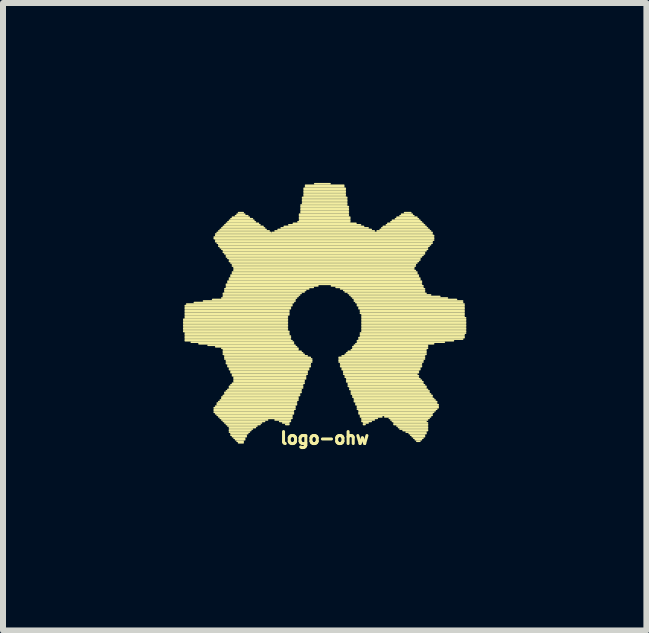
<source format=kicad_pcb>
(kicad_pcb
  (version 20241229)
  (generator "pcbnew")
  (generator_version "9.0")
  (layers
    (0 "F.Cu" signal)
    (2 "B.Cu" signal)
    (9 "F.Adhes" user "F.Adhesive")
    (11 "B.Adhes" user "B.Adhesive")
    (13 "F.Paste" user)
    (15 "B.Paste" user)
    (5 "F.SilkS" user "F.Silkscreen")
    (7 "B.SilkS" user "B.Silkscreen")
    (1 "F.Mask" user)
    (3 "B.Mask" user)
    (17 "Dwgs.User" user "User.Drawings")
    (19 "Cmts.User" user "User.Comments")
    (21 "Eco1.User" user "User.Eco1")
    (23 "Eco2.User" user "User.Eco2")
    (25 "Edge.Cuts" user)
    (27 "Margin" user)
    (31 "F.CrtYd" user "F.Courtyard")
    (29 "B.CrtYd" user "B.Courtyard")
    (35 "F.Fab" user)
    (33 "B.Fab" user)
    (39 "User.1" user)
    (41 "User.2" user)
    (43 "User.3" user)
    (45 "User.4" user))
  (footprint "logo-ohw"
    (layer "F.Cu")
    (at 2.363 2.325)
    (property "Reference" "logo-ohw" (at 0 1.93 0) (layer "F.SilkS") (effects (font (size 0.2 0.2) (thickness 0.05))))
    (attr through_hole)
    (fp_line (start -2.349 -0.051) (end -0.622 -0.051) (stroke (width 0.028) (type solid)) (layer "F.SilkS"))
    (fp_line (start -2.349 -0.025) (end -0.622 -0.025) (stroke (width 0.028) (type solid)) (layer "F.SilkS"))
    (fp_line (start -2.349 0) (end -0.622 0) (stroke (width 0.028) (type solid)) (layer "F.SilkS"))
    (fp_line (start -2.349 0.025) (end -0.622 0.025) (stroke (width 0.028) (type solid)) (layer "F.SilkS"))
    (fp_line (start -2.349 0.051) (end -0.622 0.051) (stroke (width 0.028) (type solid)) (layer "F.SilkS"))
    (fp_line (start -2.349 0.076) (end -0.622 0.076) (stroke (width 0.028) (type solid)) (layer "F.SilkS"))
    (fp_line (start -2.349 0.102) (end -0.622 0.102) (stroke (width 0.028) (type solid)) (layer "F.SilkS"))
    (fp_line (start -2.349 0.127) (end -0.622 0.127) (stroke (width 0.028) (type solid)) (layer "F.SilkS"))
    (fp_line (start -2.349 0.152) (end -0.597 0.152) (stroke (width 0.028) (type solid)) (layer "F.SilkS"))
    (fp_line (start -2.324 -0.279) (end -0.546 -0.279) (stroke (width 0.028) (type solid)) (layer "F.SilkS"))
    (fp_line (start -2.324 -0.254) (end -0.572 -0.254) (stroke (width 0.028) (type solid)) (layer "F.SilkS"))
    (fp_line (start -2.324 -0.229) (end -0.572 -0.229) (stroke (width 0.028) (type solid)) (layer "F.SilkS"))
    (fp_line (start -2.324 -0.203) (end -0.597 -0.203) (stroke (width 0.028) (type solid)) (layer "F.SilkS"))
    (fp_line (start -2.324 -0.178) (end -0.597 -0.178) (stroke (width 0.028) (type solid)) (layer "F.SilkS"))
    (fp_line (start -2.324 -0.152) (end -0.597 -0.152) (stroke (width 0.028) (type solid)) (layer "F.SilkS"))
    (fp_line (start -2.324 -0.127) (end -0.597 -0.127) (stroke (width 0.028) (type solid)) (layer "F.SilkS"))
    (fp_line (start -2.324 -0.102) (end -0.622 -0.102) (stroke (width 0.028) (type solid)) (layer "F.SilkS"))
    (fp_line (start -2.324 -0.076) (end -0.622 -0.076) (stroke (width 0.028) (type solid)) (layer "F.SilkS"))
    (fp_line (start -2.324 0.178) (end -0.597 0.178) (stroke (width 0.028) (type solid)) (layer "F.SilkS"))
    (fp_line (start -2.324 0.203) (end -0.597 0.203) (stroke (width 0.028) (type solid)) (layer "F.SilkS"))
    (fp_line (start -2.324 0.229) (end -0.572 0.229) (stroke (width 0.028) (type solid)) (layer "F.SilkS"))
    (fp_line (start -2.324 0.254) (end -0.572 0.254) (stroke (width 0.028) (type solid)) (layer "F.SilkS"))
    (fp_line (start -2.324 0.279) (end -0.572 0.279) (stroke (width 0.028) (type solid)) (layer "F.SilkS"))
    (fp_line (start -2.324 0.305) (end -0.546 0.305) (stroke (width 0.028) (type solid)) (layer "F.SilkS"))
    (fp_line (start -2.299 -0.305) (end -0.546 -0.305) (stroke (width 0.028) (type solid)) (layer "F.SilkS"))
    (fp_line (start -2.223 0.33) (end -0.521 0.33) (stroke (width 0.028) (type solid)) (layer "F.SilkS"))
    (fp_line (start -2.172 -0.33) (end -0.521 -0.33) (stroke (width 0.028) (type solid)) (layer "F.SilkS"))
    (fp_line (start -2.095 0.356) (end -0.521 0.356) (stroke (width 0.028) (type solid)) (layer "F.SilkS"))
    (fp_line (start -2.019 -0.356) (end -0.495 -0.356) (stroke (width 0.028) (type solid)) (layer "F.SilkS"))
    (fp_line (start -1.943 0.381) (end -0.495 0.381) (stroke (width 0.028) (type solid)) (layer "F.SilkS"))
    (fp_line (start -1.867 -0.381) (end -0.495 -0.381) (stroke (width 0.028) (type solid)) (layer "F.SilkS"))
    (fp_line (start -1.841 -1.422) (end 1.816 -1.422) (stroke (width 0.028) (type solid)) (layer "F.SilkS"))
    (fp_line (start -1.841 -1.397) (end 1.816 -1.397) (stroke (width 0.028) (type solid)) (layer "F.SilkS"))
    (fp_line (start -1.841 1.422) (end -0.495 1.422) (stroke (width 0.028) (type solid)) (layer "F.SilkS"))
    (fp_line (start -1.841 1.448) (end -0.495 1.448) (stroke (width 0.028) (type solid)) (layer "F.SilkS"))
    (fp_line (start -1.841 1.473) (end -0.521 1.473) (stroke (width 0.028) (type solid)) (layer "F.SilkS"))
    (fp_line (start -1.841 1.499) (end -0.521 1.499) (stroke (width 0.028) (type solid)) (layer "F.SilkS"))
    (fp_line (start -1.816 -1.473) (end 1.791 -1.473) (stroke (width 0.028) (type solid)) (layer "F.SilkS"))
    (fp_line (start -1.816 -1.448) (end 1.816 -1.448) (stroke (width 0.028) (type solid)) (layer "F.SilkS"))
    (fp_line (start -1.816 -1.372) (end 1.816 -1.372) (stroke (width 0.028) (type solid)) (layer "F.SilkS"))
    (fp_line (start -1.816 -1.346) (end 1.791 -1.346) (stroke (width 0.028) (type solid)) (layer "F.SilkS"))
    (fp_line (start -1.816 0.406) (end -0.47 0.406) (stroke (width 0.028) (type solid)) (layer "F.SilkS"))
    (fp_line (start -1.816 1.397) (end -0.495 1.397) (stroke (width 0.028) (type solid)) (layer "F.SilkS"))
    (fp_line (start -1.816 1.524) (end -0.521 1.524) (stroke (width 0.028) (type solid)) (layer "F.SilkS"))
    (fp_line (start -1.791 -1.499) (end -0.902 -1.499) (stroke (width 0.028) (type solid)) (layer "F.SilkS"))
    (fp_line (start -1.791 -1.321) (end 1.791 -1.321) (stroke (width 0.028) (type solid)) (layer "F.SilkS"))
    (fp_line (start -1.791 1.346) (end -0.47 1.346) (stroke (width 0.028) (type solid)) (layer "F.SilkS"))
    (fp_line (start -1.791 1.372) (end -0.47 1.372) (stroke (width 0.028) (type solid)) (layer "F.SilkS"))
    (fp_line (start -1.791 1.549) (end -0.546 1.549) (stroke (width 0.028) (type solid)) (layer "F.SilkS"))
    (fp_line (start -1.765 -1.524) (end -0.927 -1.524) (stroke (width 0.028) (type solid)) (layer "F.SilkS"))
    (fp_line (start -1.765 -1.295) (end 1.765 -1.295) (stroke (width 0.028) (type solid)) (layer "F.SilkS"))
    (fp_line (start -1.765 -1.27) (end 1.74 -1.27) (stroke (width 0.028) (type solid)) (layer "F.SilkS"))
    (fp_line (start -1.765 1.321) (end -0.47 1.321) (stroke (width 0.028) (type solid)) (layer "F.SilkS"))
    (fp_line (start -1.765 1.575) (end -0.546 1.575) (stroke (width 0.028) (type solid)) (layer "F.SilkS"))
    (fp_line (start -1.74 -1.549) (end -0.978 -1.549) (stroke (width 0.028) (type solid)) (layer "F.SilkS"))
    (fp_line (start -1.74 -1.245) (end 1.714 -1.245) (stroke (width 0.028) (type solid)) (layer "F.SilkS"))
    (fp_line (start -1.74 1.295) (end -0.445 1.295) (stroke (width 0.028) (type solid)) (layer "F.SilkS"))
    (fp_line (start -1.74 1.6) (end -0.546 1.6) (stroke (width 0.028) (type solid)) (layer "F.SilkS"))
    (fp_line (start -1.714 -1.575) (end -1.003 -1.575) (stroke (width 0.028) (type solid)) (layer "F.SilkS"))
    (fp_line (start -1.714 -1.219) (end 1.714 -1.219) (stroke (width 0.028) (type solid)) (layer "F.SilkS"))
    (fp_line (start -1.714 -0.406) (end -0.47 -0.406) (stroke (width 0.028) (type solid)) (layer "F.SilkS"))
    (fp_line (start -1.714 0.432) (end -0.445 0.432) (stroke (width 0.028) (type solid)) (layer "F.SilkS"))
    (fp_line (start -1.714 1.245) (end -0.445 1.245) (stroke (width 0.028) (type solid)) (layer "F.SilkS"))
    (fp_line (start -1.714 1.27) (end -0.445 1.27) (stroke (width 0.028) (type solid)) (layer "F.SilkS"))
    (fp_line (start -1.714 1.626) (end -0.953 1.626) (stroke (width 0.028) (type solid)) (layer "F.SilkS"))
    (fp_line (start -1.689 -1.6) (end -1.029 -1.6) (stroke (width 0.028) (type solid)) (layer "F.SilkS"))
    (fp_line (start -1.689 -1.194) (end 1.689 -1.194) (stroke (width 0.028) (type solid)) (layer "F.SilkS"))
    (fp_line (start -1.689 -1.168) (end 1.664 -1.168) (stroke (width 0.028) (type solid)) (layer "F.SilkS"))
    (fp_line (start -1.689 -0.483) (end -0.394 -0.483) (stroke (width 0.028) (type solid)) (layer "F.SilkS"))
    (fp_line (start -1.689 -0.457) (end -0.419 -0.457) (stroke (width 0.028) (type solid)) (layer "F.SilkS"))
    (fp_line (start -1.689 -0.432) (end -0.445 -0.432) (stroke (width 0.028) (type solid)) (layer "F.SilkS"))
    (fp_line (start -1.689 0.457) (end -0.445 0.457) (stroke (width 0.028) (type solid)) (layer "F.SilkS"))
    (fp_line (start -1.689 0.483) (end -0.394 0.483) (stroke (width 0.028) (type solid)) (layer "F.SilkS"))
    (fp_line (start -1.689 0.508) (end -0.368 0.508) (stroke (width 0.028) (type solid)) (layer "F.SilkS"))
    (fp_line (start -1.689 0.533) (end -0.343 0.533) (stroke (width 0.028) (type solid)) (layer "F.SilkS"))
    (fp_line (start -1.689 1.219) (end -0.419 1.219) (stroke (width 0.028) (type solid)) (layer "F.SilkS"))
    (fp_line (start -1.689 1.651) (end -1.003 1.651) (stroke (width 0.028) (type solid)) (layer "F.SilkS"))
    (fp_line (start -1.664 -1.626) (end -1.079 -1.626) (stroke (width 0.028) (type solid)) (layer "F.SilkS"))
    (fp_line (start -1.664 -1.143) (end 1.664 -1.143) (stroke (width 0.028) (type solid)) (layer "F.SilkS"))
    (fp_line (start -1.664 -0.559) (end -0.267 -0.559) (stroke (width 0.028) (type solid)) (layer "F.SilkS"))
    (fp_line (start -1.664 -0.533) (end -0.318 -0.533) (stroke (width 0.028) (type solid)) (layer "F.SilkS"))
    (fp_line (start -1.664 -0.508) (end -0.343 -0.508) (stroke (width 0.028) (type solid)) (layer "F.SilkS"))
    (fp_line (start -1.664 0.559) (end -0.292 0.559) (stroke (width 0.028) (type solid)) (layer "F.SilkS"))
    (fp_line (start -1.664 0.584) (end -0.241 0.584) (stroke (width 0.028) (type solid)) (layer "F.SilkS"))
    (fp_line (start -1.664 0.61) (end -0.216 0.61) (stroke (width 0.028) (type solid)) (layer "F.SilkS"))
    (fp_line (start -1.664 1.168) (end -0.394 1.168) (stroke (width 0.028) (type solid)) (layer "F.SilkS"))
    (fp_line (start -1.664 1.194) (end -0.419 1.194) (stroke (width 0.028) (type solid)) (layer "F.SilkS"))
    (fp_line (start -1.664 1.676) (end -1.054 1.676) (stroke (width 0.028) (type solid)) (layer "F.SilkS"))
    (fp_line (start -1.638 -1.651) (end -1.105 -1.651) (stroke (width 0.028) (type solid)) (layer "F.SilkS"))
    (fp_line (start -1.638 -1.118) (end 1.638 -1.118) (stroke (width 0.028) (type solid)) (layer "F.SilkS"))
    (fp_line (start -1.638 -1.092) (end 1.613 -1.092) (stroke (width 0.028) (type solid)) (layer "F.SilkS"))
    (fp_line (start -1.638 -0.635) (end 1.613 -0.635) (stroke (width 0.028) (type solid)) (layer "F.SilkS"))
    (fp_line (start -1.638 -0.61) (end -0.114 -0.61) (stroke (width 0.028) (type solid)) (layer "F.SilkS"))
    (fp_line (start -1.638 -0.584) (end -0.191 -0.584) (stroke (width 0.028) (type solid)) (layer "F.SilkS"))
    (fp_line (start -1.638 0.635) (end -0.216 0.635) (stroke (width 0.028) (type solid)) (layer "F.SilkS"))
    (fp_line (start -1.638 0.66) (end -0.216 0.66) (stroke (width 0.028) (type solid)) (layer "F.SilkS"))
    (fp_line (start -1.638 0.686) (end -0.241 0.686) (stroke (width 0.028) (type solid)) (layer "F.SilkS"))
    (fp_line (start -1.638 1.143) (end -0.394 1.143) (stroke (width 0.028) (type solid)) (layer "F.SilkS"))
    (fp_line (start -1.638 1.702) (end -1.079 1.702) (stroke (width 0.028) (type solid)) (layer "F.SilkS"))
    (fp_line (start -1.613 -1.676) (end -1.156 -1.676) (stroke (width 0.028) (type solid)) (layer "F.SilkS"))
    (fp_line (start -1.613 -1.067) (end 1.587 -1.067) (stroke (width 0.028) (type solid)) (layer "F.SilkS"))
    (fp_line (start -1.613 -0.686) (end 1.613 -0.686) (stroke (width 0.028) (type solid)) (layer "F.SilkS"))
    (fp_line (start -1.613 -0.66) (end 1.613 -0.66) (stroke (width 0.028) (type solid)) (layer "F.SilkS"))
    (fp_line (start -1.613 0.711) (end -0.241 0.711) (stroke (width 0.028) (type solid)) (layer "F.SilkS"))
    (fp_line (start -1.613 0.737) (end -0.241 0.737) (stroke (width 0.028) (type solid)) (layer "F.SilkS"))
    (fp_line (start -1.613 1.118) (end -0.394 1.118) (stroke (width 0.028) (type solid)) (layer "F.SilkS"))
    (fp_line (start -1.613 1.727) (end -1.13 1.727) (stroke (width 0.028) (type solid)) (layer "F.SilkS"))
    (fp_line (start -1.587 -1.702) (end -1.181 -1.702) (stroke (width 0.028) (type solid)) (layer "F.SilkS"))
    (fp_line (start -1.587 -1.041) (end 1.587 -1.041) (stroke (width 0.028) (type solid)) (layer "F.SilkS"))
    (fp_line (start -1.587 -1.016) (end 1.562 -1.016) (stroke (width 0.028) (type solid)) (layer "F.SilkS"))
    (fp_line (start -1.587 -0.737) (end 1.587 -0.737) (stroke (width 0.028) (type solid)) (layer "F.SilkS"))
    (fp_line (start -1.587 -0.711) (end 1.587 -0.711) (stroke (width 0.028) (type solid)) (layer "F.SilkS"))
    (fp_line (start -1.587 0.762) (end -0.267 0.762) (stroke (width 0.028) (type solid)) (layer "F.SilkS"))
    (fp_line (start -1.587 0.787) (end -0.267 0.787) (stroke (width 0.028) (type solid)) (layer "F.SilkS"))
    (fp_line (start -1.587 1.067) (end -0.368 1.067) (stroke (width 0.028) (type solid)) (layer "F.SilkS"))
    (fp_line (start -1.587 1.092) (end -0.368 1.092) (stroke (width 0.028) (type solid)) (layer "F.SilkS"))
    (fp_line (start -1.587 1.753) (end -1.156 1.753) (stroke (width 0.028) (type solid)) (layer "F.SilkS"))
    (fp_line (start -1.587 1.778) (end -1.206 1.778) (stroke (width 0.028) (type solid)) (layer "F.SilkS"))
    (fp_line (start -1.587 1.803) (end -1.232 1.803) (stroke (width 0.028) (type solid)) (layer "F.SilkS"))
    (fp_line (start -1.587 1.829) (end -1.257 1.829) (stroke (width 0.028) (type solid)) (layer "F.SilkS"))
    (fp_line (start -1.562 -1.727) (end -1.206 -1.727) (stroke (width 0.028) (type solid)) (layer "F.SilkS"))
    (fp_line (start -1.562 -0.991) (end 1.537 -0.991) (stroke (width 0.028) (type solid)) (layer "F.SilkS"))
    (fp_line (start -1.562 -0.787) (end 1.562 -0.787) (stroke (width 0.028) (type solid)) (layer "F.SilkS"))
    (fp_line (start -1.562 -0.762) (end 1.562 -0.762) (stroke (width 0.028) (type solid)) (layer "F.SilkS"))
    (fp_line (start -1.562 0.813) (end -0.292 0.813) (stroke (width 0.028) (type solid)) (layer "F.SilkS"))
    (fp_line (start -1.562 0.838) (end -0.292 0.838) (stroke (width 0.028) (type solid)) (layer "F.SilkS"))
    (fp_line (start -1.562 1.041) (end -0.368 1.041) (stroke (width 0.028) (type solid)) (layer "F.SilkS"))
    (fp_line (start -1.562 1.854) (end -1.283 1.854) (stroke (width 0.028) (type solid)) (layer "F.SilkS"))
    (fp_line (start -1.562 1.88) (end -1.308 1.88) (stroke (width 0.028) (type solid)) (layer "F.SilkS"))
    (fp_line (start -1.537 -1.753) (end -1.257 -1.753) (stroke (width 0.028) (type solid)) (layer "F.SilkS"))
    (fp_line (start -1.537 -0.965) (end 1.511 -0.965) (stroke (width 0.028) (type solid)) (layer "F.SilkS"))
    (fp_line (start -1.537 -0.94) (end 1.511 -0.94) (stroke (width 0.028) (type solid)) (layer "F.SilkS"))
    (fp_line (start -1.537 -0.838) (end 1.537 -0.838) (stroke (width 0.028) (type solid)) (layer "F.SilkS"))
    (fp_line (start -1.537 -0.813) (end 1.537 -0.813) (stroke (width 0.028) (type solid)) (layer "F.SilkS"))
    (fp_line (start -1.537 0.864) (end -0.292 0.864) (stroke (width 0.028) (type solid)) (layer "F.SilkS"))
    (fp_line (start -1.537 0.889) (end -0.318 0.889) (stroke (width 0.028) (type solid)) (layer "F.SilkS"))
    (fp_line (start -1.537 1.016) (end -0.343 1.016) (stroke (width 0.028) (type solid)) (layer "F.SilkS"))
    (fp_line (start -1.537 1.905) (end -1.308 1.905) (stroke (width 0.028) (type solid)) (layer "F.SilkS"))
    (fp_line (start -1.511 -0.914) (end 1.486 -0.914) (stroke (width 0.028) (type solid)) (layer "F.SilkS"))
    (fp_line (start -1.511 -0.889) (end 1.486 -0.889) (stroke (width 0.028) (type solid)) (layer "F.SilkS"))
    (fp_line (start -1.511 -0.864) (end 1.511 -0.864) (stroke (width 0.028) (type solid)) (layer "F.SilkS"))
    (fp_line (start -1.511 0.914) (end -0.318 0.914) (stroke (width 0.028) (type solid)) (layer "F.SilkS"))
    (fp_line (start -1.511 0.94) (end -0.318 0.94) (stroke (width 0.028) (type solid)) (layer "F.SilkS"))
    (fp_line (start -1.511 0.965) (end -0.343 0.965) (stroke (width 0.028) (type solid)) (layer "F.SilkS"))
    (fp_line (start -1.511 0.991) (end -0.343 0.991) (stroke (width 0.028) (type solid)) (layer "F.SilkS"))
    (fp_line (start -1.511 1.93) (end -1.333 1.93) (stroke (width 0.028) (type solid)) (layer "F.SilkS"))
    (fp_line (start -1.486 -1.778) (end -1.283 -1.778) (stroke (width 0.028) (type solid)) (layer "F.SilkS"))
    (fp_line (start -1.486 1.956) (end -1.333 1.956) (stroke (width 0.028) (type solid)) (layer "F.SilkS"))
    (fp_line (start -1.46 -1.803) (end -1.333 -1.803) (stroke (width 0.028) (type solid)) (layer "F.SilkS"))
    (fp_line (start -1.46 1.981) (end -1.359 1.981) (stroke (width 0.028) (type solid)) (layer "F.SilkS"))
    (fp_line (start -1.435 -1.829) (end -1.359 -1.829) (stroke (width 0.028) (type solid)) (layer "F.SilkS"))
    (fp_line (start -1.435 2.007) (end -1.359 2.007) (stroke (width 0.028) (type solid)) (layer "F.SilkS"))
    (fp_line (start -0.876 -1.499) (end 1.791 -1.499) (stroke (width 0.028) (type solid)) (layer "F.SilkS"))
    (fp_line (start -0.826 -1.524) (end 0.826 -1.524) (stroke (width 0.028) (type solid)) (layer "F.SilkS"))
    (fp_line (start -0.826 1.626) (end -0.572 1.626) (stroke (width 0.028) (type solid)) (layer "F.SilkS"))
    (fp_line (start -0.775 -1.549) (end 0.775 -1.549) (stroke (width 0.028) (type solid)) (layer "F.SilkS"))
    (fp_line (start -0.749 1.651) (end -0.572 1.651) (stroke (width 0.028) (type solid)) (layer "F.SilkS"))
    (fp_line (start -0.724 -1.575) (end 0.724 -1.575) (stroke (width 0.028) (type solid)) (layer "F.SilkS"))
    (fp_line (start -0.699 1.676) (end -0.597 1.676) (stroke (width 0.028) (type solid)) (layer "F.SilkS"))
    (fp_line (start -0.673 -1.6) (end 0.648 -1.6) (stroke (width 0.028) (type solid)) (layer "F.SilkS"))
    (fp_line (start -0.648 1.702) (end -0.597 1.702) (stroke (width 0.028) (type solid)) (layer "F.SilkS"))
    (fp_line (start -0.597 -1.626) (end 0.597 -1.626) (stroke (width 0.028) (type solid)) (layer "F.SilkS"))
    (fp_line (start -0.521 -1.651) (end 0.521 -1.651) (stroke (width 0.028) (type solid)) (layer "F.SilkS"))
    (fp_line (start -0.445 -1.676) (end 0.419 -1.676) (stroke (width 0.028) (type solid)) (layer "F.SilkS"))
    (fp_line (start -0.419 -1.803) (end 0.394 -1.803) (stroke (width 0.028) (type solid)) (layer "F.SilkS"))
    (fp_line (start -0.419 -1.778) (end 0.394 -1.778) (stroke (width 0.028) (type solid)) (layer "F.SilkS"))
    (fp_line (start -0.419 -1.753) (end 0.419 -1.753) (stroke (width 0.028) (type solid)) (layer "F.SilkS"))
    (fp_line (start -0.419 -1.727) (end 0.419 -1.727) (stroke (width 0.028) (type solid)) (layer "F.SilkS"))
    (fp_line (start -0.419 -1.702) (end 0.419 -1.702) (stroke (width 0.028) (type solid)) (layer "F.SilkS"))
    (fp_line (start -0.394 -1.956) (end 0.368 -1.956) (stroke (width 0.028) (type solid)) (layer "F.SilkS"))
    (fp_line (start -0.394 -1.93) (end 0.394 -1.93) (stroke (width 0.028) (type solid)) (layer "F.SilkS"))
    (fp_line (start -0.394 -1.905) (end 0.394 -1.905) (stroke (width 0.028) (type solid)) (layer "F.SilkS"))
    (fp_line (start -0.394 -1.88) (end 0.394 -1.88) (stroke (width 0.028) (type solid)) (layer "F.SilkS"))
    (fp_line (start -0.394 -1.854) (end 0.394 -1.854) (stroke (width 0.028) (type solid)) (layer "F.SilkS"))
    (fp_line (start -0.394 -1.829) (end 0.394 -1.829) (stroke (width 0.028) (type solid)) (layer "F.SilkS"))
    (fp_line (start -0.368 -2.083) (end 0.368 -2.083) (stroke (width 0.028) (type solid)) (layer "F.SilkS"))
    (fp_line (start -0.368 -2.057) (end 0.368 -2.057) (stroke (width 0.028) (type solid)) (layer "F.SilkS"))
    (fp_line (start -0.368 -2.032) (end 0.368 -2.032) (stroke (width 0.028) (type solid)) (layer "F.SilkS"))
    (fp_line (start -0.368 -2.007) (end 0.368 -2.007) (stroke (width 0.028) (type solid)) (layer "F.SilkS"))
    (fp_line (start -0.368 -1.981) (end 0.368 -1.981) (stroke (width 0.028) (type solid)) (layer "F.SilkS"))
    (fp_line (start -0.343 -2.235) (end 0.343 -2.235) (stroke (width 0.028) (type solid)) (layer "F.SilkS"))
    (fp_line (start -0.343 -2.21) (end 0.343 -2.21) (stroke (width 0.028) (type solid)) (layer "F.SilkS"))
    (fp_line (start -0.343 -2.184) (end 0.343 -2.184) (stroke (width 0.028) (type solid)) (layer "F.SilkS"))
    (fp_line (start -0.343 -2.159) (end 0.343 -2.159) (stroke (width 0.028) (type solid)) (layer "F.SilkS"))
    (fp_line (start -0.343 -2.134) (end 0.343 -2.134) (stroke (width 0.028) (type solid)) (layer "F.SilkS"))
    (fp_line (start -0.343 -2.108) (end 0.343 -2.108) (stroke (width 0.028) (type solid)) (layer "F.SilkS"))
    (fp_line (start -0.318 -2.286) (end 0.318 -2.286) (stroke (width 0.028) (type solid)) (layer "F.SilkS"))
    (fp_line (start -0.318 -2.261) (end 0.318 -2.261) (stroke (width 0.028) (type solid)) (layer "F.SilkS"))
    (fp_line (start -0.165 -2.311) (end 0.089 -2.311) (stroke (width 0.028) (type solid)) (layer "F.SilkS"))
    (fp_line (start 0.114 -0.61) (end 1.638 -0.61) (stroke (width 0.028) (type solid)) (layer "F.SilkS"))
    (fp_line (start 0.191 -0.584) (end 1.638 -0.584) (stroke (width 0.028) (type solid)) (layer "F.SilkS"))
    (fp_line (start 0.241 0.584) (end 1.664 0.584) (stroke (width 0.028) (type solid)) (layer "F.SilkS"))
    (fp_line (start 0.241 0.61) (end 1.664 0.61) (stroke (width 0.028) (type solid)) (layer "F.SilkS"))
    (fp_line (start 0.241 0.635) (end 1.638 0.635) (stroke (width 0.028) (type solid)) (layer "F.SilkS"))
    (fp_line (start 0.241 0.66) (end 1.638 0.66) (stroke (width 0.028) (type solid)) (layer "F.SilkS"))
    (fp_line (start 0.267 -0.559) (end 1.664 -0.559) (stroke (width 0.028) (type solid)) (layer "F.SilkS"))
    (fp_line (start 0.267 0.686) (end 1.613 0.686) (stroke (width 0.028) (type solid)) (layer "F.SilkS"))
    (fp_line (start 0.267 0.711) (end 1.613 0.711) (stroke (width 0.028) (type solid)) (layer "F.SilkS"))
    (fp_line (start 0.267 0.737) (end 1.613 0.737) (stroke (width 0.028) (type solid)) (layer "F.SilkS"))
    (fp_line (start 0.292 0.559) (end 1.664 0.559) (stroke (width 0.028) (type solid)) (layer "F.SilkS"))
    (fp_line (start 0.292 0.762) (end 1.587 0.762) (stroke (width 0.028) (type solid)) (layer "F.SilkS"))
    (fp_line (start 0.292 0.787) (end 1.587 0.787) (stroke (width 0.028) (type solid)) (layer "F.SilkS"))
    (fp_line (start 0.318 -0.533) (end 1.664 -0.533) (stroke (width 0.028) (type solid)) (layer "F.SilkS"))
    (fp_line (start 0.318 0.813) (end 1.562 0.813) (stroke (width 0.028) (type solid)) (layer "F.SilkS"))
    (fp_line (start 0.318 0.838) (end 1.562 0.838) (stroke (width 0.028) (type solid)) (layer "F.SilkS"))
    (fp_line (start 0.318 0.864) (end 1.537 0.864) (stroke (width 0.028) (type solid)) (layer "F.SilkS"))
    (fp_line (start 0.343 -0.508) (end 1.664 -0.508) (stroke (width 0.028) (type solid)) (layer "F.SilkS"))
    (fp_line (start 0.343 0.533) (end 1.689 0.533) (stroke (width 0.028) (type solid)) (layer "F.SilkS"))
    (fp_line (start 0.343 0.889) (end 1.562 0.889) (stroke (width 0.028) (type solid)) (layer "F.SilkS"))
    (fp_line (start 0.343 0.914) (end 1.562 0.914) (stroke (width 0.028) (type solid)) (layer "F.SilkS"))
    (fp_line (start 0.368 0.508) (end 1.689 0.508) (stroke (width 0.028) (type solid)) (layer "F.SilkS"))
    (fp_line (start 0.368 0.94) (end 1.587 0.94) (stroke (width 0.028) (type solid)) (layer "F.SilkS"))
    (fp_line (start 0.368 0.965) (end 1.613 0.965) (stroke (width 0.028) (type solid)) (layer "F.SilkS"))
    (fp_line (start 0.368 0.991) (end 1.638 0.991) (stroke (width 0.028) (type solid)) (layer "F.SilkS"))
    (fp_line (start 0.394 -0.483) (end 1.689 -0.483) (stroke (width 0.028) (type solid)) (layer "F.SilkS"))
    (fp_line (start 0.394 0.483) (end 1.689 0.483) (stroke (width 0.028) (type solid)) (layer "F.SilkS"))
    (fp_line (start 0.394 1.016) (end 1.638 1.016) (stroke (width 0.028) (type solid)) (layer "F.SilkS"))
    (fp_line (start 0.394 1.041) (end 1.664 1.041) (stroke (width 0.028) (type solid)) (layer "F.SilkS"))
    (fp_line (start 0.394 1.067) (end 1.689 1.067) (stroke (width 0.028) (type solid)) (layer "F.SilkS"))
    (fp_line (start 0.419 -0.457) (end 1.765 -0.457) (stroke (width 0.028) (type solid)) (layer "F.SilkS"))
    (fp_line (start 0.419 1.092) (end 1.689 1.092) (stroke (width 0.028) (type solid)) (layer "F.SilkS"))
    (fp_line (start 0.419 1.118) (end 1.714 1.118) (stroke (width 0.028) (type solid)) (layer "F.SilkS"))
    (fp_line (start 0.445 -0.432) (end 1.918 -0.432) (stroke (width 0.028) (type solid)) (layer "F.SilkS"))
    (fp_line (start 0.445 0.457) (end 1.689 0.457) (stroke (width 0.028) (type solid)) (layer "F.SilkS"))
    (fp_line (start 0.445 1.143) (end 1.74 1.143) (stroke (width 0.028) (type solid)) (layer "F.SilkS"))
    (fp_line (start 0.445 1.168) (end 1.74 1.168) (stroke (width 0.028) (type solid)) (layer "F.SilkS"))
    (fp_line (start 0.445 1.194) (end 1.765 1.194) (stroke (width 0.028) (type solid)) (layer "F.SilkS"))
    (fp_line (start 0.47 -0.406) (end 2.045 -0.406) (stroke (width 0.028) (type solid)) (layer "F.SilkS"))
    (fp_line (start 0.47 0.406) (end 1.714 0.406) (stroke (width 0.028) (type solid)) (layer "F.SilkS"))
    (fp_line (start 0.47 0.432) (end 1.714 0.432) (stroke (width 0.028) (type solid)) (layer "F.SilkS"))
    (fp_line (start 0.47 1.219) (end 1.791 1.219) (stroke (width 0.028) (type solid)) (layer "F.SilkS"))
    (fp_line (start 0.47 1.245) (end 1.791 1.245) (stroke (width 0.028) (type solid)) (layer "F.SilkS"))
    (fp_line (start 0.495 -0.381) (end 2.197 -0.381) (stroke (width 0.028) (type solid)) (layer "F.SilkS"))
    (fp_line (start 0.495 -0.356) (end 2.299 -0.356) (stroke (width 0.028) (type solid)) (layer "F.SilkS"))
    (fp_line (start 0.495 0.381) (end 1.714 0.381) (stroke (width 0.028) (type solid)) (layer "F.SilkS"))
    (fp_line (start 0.495 1.27) (end 1.816 1.27) (stroke (width 0.028) (type solid)) (layer "F.SilkS"))
    (fp_line (start 0.495 1.295) (end 1.841 1.295) (stroke (width 0.028) (type solid)) (layer "F.SilkS"))
    (fp_line (start 0.495 1.321) (end 1.867 1.321) (stroke (width 0.028) (type solid)) (layer "F.SilkS"))
    (fp_line (start 0.521 -0.33) (end 2.299 -0.33) (stroke (width 0.028) (type solid)) (layer "F.SilkS"))
    (fp_line (start 0.521 0.356) (end 1.816 0.356) (stroke (width 0.028) (type solid)) (layer "F.SilkS"))
    (fp_line (start 0.521 1.346) (end 1.867 1.346) (stroke (width 0.028) (type solid)) (layer "F.SilkS"))
    (fp_line (start 0.521 1.372) (end 1.892 1.372) (stroke (width 0.028) (type solid)) (layer "F.SilkS"))
    (fp_line (start 0.546 -0.305) (end 2.324 -0.305) (stroke (width 0.028) (type solid)) (layer "F.SilkS"))
    (fp_line (start 0.546 -0.279) (end 2.324 -0.279) (stroke (width 0.028) (type solid)) (layer "F.SilkS"))
    (fp_line (start 0.546 0.305) (end 2.146 0.305) (stroke (width 0.028) (type solid)) (layer "F.SilkS"))
    (fp_line (start 0.546 0.33) (end 1.994 0.33) (stroke (width 0.028) (type solid)) (layer "F.SilkS"))
    (fp_line (start 0.546 1.397) (end 1.892 1.397) (stroke (width 0.028) (type solid)) (layer "F.SilkS"))
    (fp_line (start 0.546 1.422) (end 1.892 1.422) (stroke (width 0.028) (type solid)) (layer "F.SilkS"))
    (fp_line (start 0.546 1.448) (end 1.867 1.448) (stroke (width 0.028) (type solid)) (layer "F.SilkS"))
    (fp_line (start 0.572 -0.254) (end 2.324 -0.254) (stroke (width 0.028) (type solid)) (layer "F.SilkS"))
    (fp_line (start 0.572 -0.229) (end 2.324 -0.229) (stroke (width 0.028) (type solid)) (layer "F.SilkS"))
    (fp_line (start 0.572 0.254) (end 2.324 0.254) (stroke (width 0.028) (type solid)) (layer "F.SilkS"))
    (fp_line (start 0.572 0.279) (end 2.299 0.279) (stroke (width 0.028) (type solid)) (layer "F.SilkS"))
    (fp_line (start 0.572 1.473) (end 1.841 1.473) (stroke (width 0.028) (type solid)) (layer "F.SilkS"))
    (fp_line (start 0.572 1.499) (end 1.816 1.499) (stroke (width 0.028) (type solid)) (layer "F.SilkS"))
    (fp_line (start 0.572 1.524) (end 1.791 1.524) (stroke (width 0.028) (type solid)) (layer "F.SilkS"))
    (fp_line (start 0.597 -0.203) (end 2.324 -0.203) (stroke (width 0.028) (type solid)) (layer "F.SilkS"))
    (fp_line (start 0.597 -0.178) (end 2.324 -0.178) (stroke (width 0.028) (type solid)) (layer "F.SilkS"))
    (fp_line (start 0.597 -0.152) (end 2.324 -0.152) (stroke (width 0.028) (type solid)) (layer "F.SilkS"))
    (fp_line (start 0.597 0.178) (end 2.349 0.178) (stroke (width 0.028) (type solid)) (layer "F.SilkS"))
    (fp_line (start 0.597 0.203) (end 2.324 0.203) (stroke (width 0.028) (type solid)) (layer "F.SilkS"))
    (fp_line (start 0.597 0.229) (end 2.324 0.229) (stroke (width 0.028) (type solid)) (layer "F.SilkS"))
    (fp_line (start 0.597 1.549) (end 1.791 1.549) (stroke (width 0.028) (type solid)) (layer "F.SilkS"))
    (fp_line (start 0.597 1.575) (end 0.953 1.575) (stroke (width 0.028) (type solid)) (layer "F.SilkS"))
    (fp_line (start 0.622 -0.127) (end 2.324 -0.127) (stroke (width 0.028) (type solid)) (layer "F.SilkS"))
    (fp_line (start 0.622 -0.102) (end 2.324 -0.102) (stroke (width 0.028) (type solid)) (layer "F.SilkS"))
    (fp_line (start 0.622 -0.076) (end 2.349 -0.076) (stroke (width 0.028) (type solid)) (layer "F.SilkS"))
    (fp_line (start 0.622 -0.051) (end 2.349 -0.051) (stroke (width 0.028) (type solid)) (layer "F.SilkS"))
    (fp_line (start 0.622 -0.025) (end 2.349 -0.025) (stroke (width 0.028) (type solid)) (layer "F.SilkS"))
    (fp_line (start 0.622 0) (end 2.349 0) (stroke (width 0.028) (type solid)) (layer "F.SilkS"))
    (fp_line (start 0.622 0.025) (end 2.349 0.025) (stroke (width 0.028) (type solid)) (layer "F.SilkS"))
    (fp_line (start 0.622 0.051) (end 2.349 0.051) (stroke (width 0.028) (type solid)) (layer "F.SilkS"))
    (fp_line (start 0.622 0.076) (end 2.349 0.076) (stroke (width 0.028) (type solid)) (layer "F.SilkS"))
    (fp_line (start 0.622 0.102) (end 2.349 0.102) (stroke (width 0.028) (type solid)) (layer "F.SilkS"))
    (fp_line (start 0.622 0.127) (end 2.349 0.127) (stroke (width 0.028) (type solid)) (layer "F.SilkS"))
    (fp_line (start 0.622 0.152) (end 2.349 0.152) (stroke (width 0.028) (type solid)) (layer "F.SilkS"))
    (fp_line (start 0.622 1.6) (end 0.876 1.6) (stroke (width 0.028) (type solid)) (layer "F.SilkS"))
    (fp_line (start 0.622 1.626) (end 0.826 1.626) (stroke (width 0.028) (type solid)) (layer "F.SilkS"))
    (fp_line (start 0.622 1.651) (end 0.775 1.651) (stroke (width 0.028) (type solid)) (layer "F.SilkS"))
    (fp_line (start 0.648 1.676) (end 0.724 1.676) (stroke (width 0.028) (type solid)) (layer "F.SilkS"))
    (fp_line (start 0.648 1.702) (end 0.673 1.702) (stroke (width 0.028) (type solid)) (layer "F.SilkS"))
    (fp_line (start 0.876 -1.524) (end 1.765 -1.524) (stroke (width 0.028) (type solid)) (layer "F.SilkS"))
    (fp_line (start 0.927 -1.549) (end 1.74 -1.549) (stroke (width 0.028) (type solid)) (layer "F.SilkS"))
    (fp_line (start 0.953 -1.575) (end 1.714 -1.575) (stroke (width 0.028) (type solid)) (layer "F.SilkS"))
    (fp_line (start 0.978 -1.6) (end 1.689 -1.6) (stroke (width 0.028) (type solid)) (layer "F.SilkS"))
    (fp_line (start 1.003 1.575) (end 1.765 1.575) (stroke (width 0.028) (type solid)) (layer "F.SilkS"))
    (fp_line (start 1.029 -1.626) (end 1.664 -1.626) (stroke (width 0.028) (type solid)) (layer "F.SilkS"))
    (fp_line (start 1.054 -1.651) (end 1.638 -1.651) (stroke (width 0.028) (type solid)) (layer "F.SilkS"))
    (fp_line (start 1.079 1.6) (end 1.74 1.6) (stroke (width 0.028) (type solid)) (layer "F.SilkS"))
    (fp_line (start 1.105 -1.676) (end 1.613 -1.676) (stroke (width 0.028) (type solid)) (layer "F.SilkS"))
    (fp_line (start 1.105 1.626) (end 1.714 1.626) (stroke (width 0.028) (type solid)) (layer "F.SilkS"))
    (fp_line (start 1.13 -1.702) (end 1.587 -1.702) (stroke (width 0.028) (type solid)) (layer "F.SilkS"))
    (fp_line (start 1.13 1.651) (end 1.689 1.651) (stroke (width 0.028) (type solid)) (layer "F.SilkS"))
    (fp_line (start 1.156 1.676) (end 1.714 1.676) (stroke (width 0.028) (type solid)) (layer "F.SilkS"))
    (fp_line (start 1.156 1.702) (end 1.714 1.702) (stroke (width 0.028) (type solid)) (layer "F.SilkS"))
    (fp_line (start 1.181 -1.727) (end 1.562 -1.727) (stroke (width 0.028) (type solid)) (layer "F.SilkS"))
    (fp_line (start 1.206 -1.753) (end 1.537 -1.753) (stroke (width 0.028) (type solid)) (layer "F.SilkS"))
    (fp_line (start 1.206 1.727) (end 1.714 1.727) (stroke (width 0.028) (type solid)) (layer "F.SilkS"))
    (fp_line (start 1.232 1.753) (end 1.714 1.753) (stroke (width 0.028) (type solid)) (layer "F.SilkS"))
    (fp_line (start 1.257 -1.778) (end 1.486 -1.778) (stroke (width 0.028) (type solid)) (layer "F.SilkS"))
    (fp_line (start 1.257 1.778) (end 1.714 1.778) (stroke (width 0.028) (type solid)) (layer "F.SilkS"))
    (fp_line (start 1.283 -1.803) (end 1.46 -1.803) (stroke (width 0.028) (type solid)) (layer "F.SilkS"))
    (fp_line (start 1.308 1.803) (end 1.714 1.803) (stroke (width 0.028) (type solid)) (layer "F.SilkS"))
    (fp_line (start 1.333 -1.829) (end 1.435 -1.829) (stroke (width 0.028) (type solid)) (layer "F.SilkS"))
    (fp_line (start 1.359 1.829) (end 1.689 1.829) (stroke (width 0.028) (type solid)) (layer "F.SilkS"))
    (fp_line (start 1.41 1.854) (end 1.689 1.854) (stroke (width 0.028) (type solid)) (layer "F.SilkS"))
    (fp_line (start 1.435 1.88) (end 1.664 1.88) (stroke (width 0.028) (type solid)) (layer "F.SilkS"))
    (fp_line (start 1.46 1.905) (end 1.664 1.905) (stroke (width 0.028) (type solid)) (layer "F.SilkS"))
    (fp_line (start 1.486 1.93) (end 1.638 1.93) (stroke (width 0.028) (type solid)) (layer "F.SilkS"))
    (fp_line (start 1.511 1.956) (end 1.613 1.956) (stroke (width 0.028) (type solid)) (layer "F.SilkS"))
    (fp_line (start 1.537 1.981) (end 1.587 1.981) (stroke (width 0.028) (type solid)) (layer "F.SilkS")))
  (gr_rect
    (start -3 -3)
    (end 7.727 7.461)
    (stroke (width 0.1) (type default))
    (fill no)
    (layer "Edge.Cuts")))
</source>
